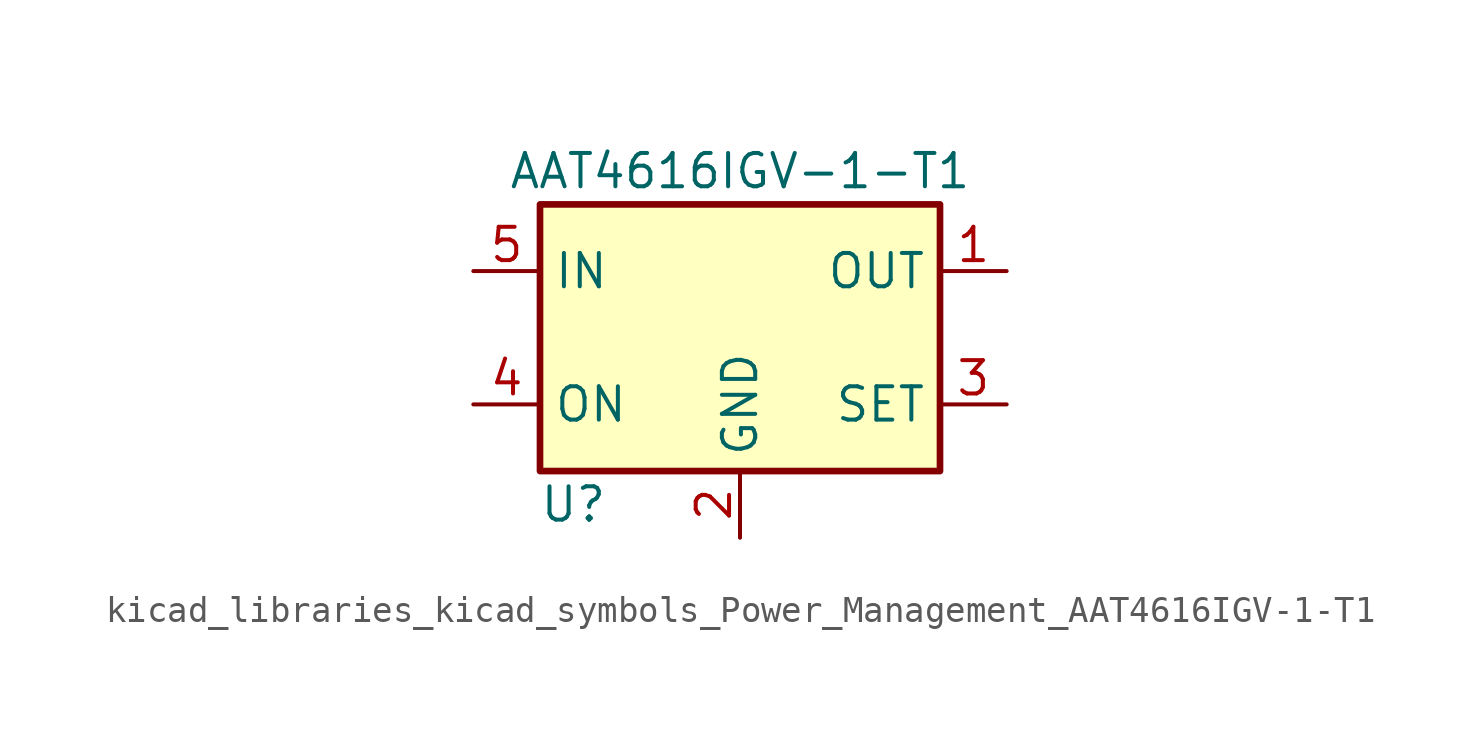
<source format=kicad_sym>
(kicad_symbol_lib
  (version 20220914)
  (generator kicad_symbol_editor)
  (symbol "kicad_libraries_kicad_symbols_Power_Management_AAT4616IGV-1-T1"
    (property "Reference" "U"
      (at -6.35 -6.35 0)
      (effects (font (size 1.27 1.27))))
    (property "Value" "AAT4616IGV-1-T1"
      (at 0 6.35 0)
      (effects (font (size 1.27 1.27))))
    (symbol "kicad_libraries_kicad_symbols_Power_Management_AAT4616IGV-1-T1_0_1"
      (rectangle (start -7.62 5.08) (end 7.62 -5.08) (stroke (width 0.254) (type default)) (fill (type background))))
    (symbol "kicad_libraries_kicad_symbols_Power_Management_AAT4616IGV-1-T1_1_1"
      (pin power_out line (at 10.16 2.54 180) (length 2.54) (name "OUT" (effects (font (size 1.27 1.27)))) (number "1" (effects (font (size 1.27 1.27)))))
      (pin power_in line (at 0 -7.62 90) (length 2.54) (name "GND" (effects (font (size 1.27 1.27)))) (number "2" (effects (font (size 1.27 1.27)))))
      (pin passive line (at 10.16 -2.54 180) (length 2.54) (name "SET" (effects (font (size 1.27 1.27)))) (number "3" (effects (font (size 1.27 1.27)))))
      (pin input line (at -10.16 -2.54 0) (length 2.54) (name "ON" (effects (font (size 1.27 1.27)))) (number "4" (effects (font (size 1.27 1.27)))))
      (pin power_in line (at -10.16 2.54 0) (length 2.54) (name "IN" (effects (font (size 1.27 1.27)))) (number "5" (effects (font (size 1.27 1.27))))))))
</source>
